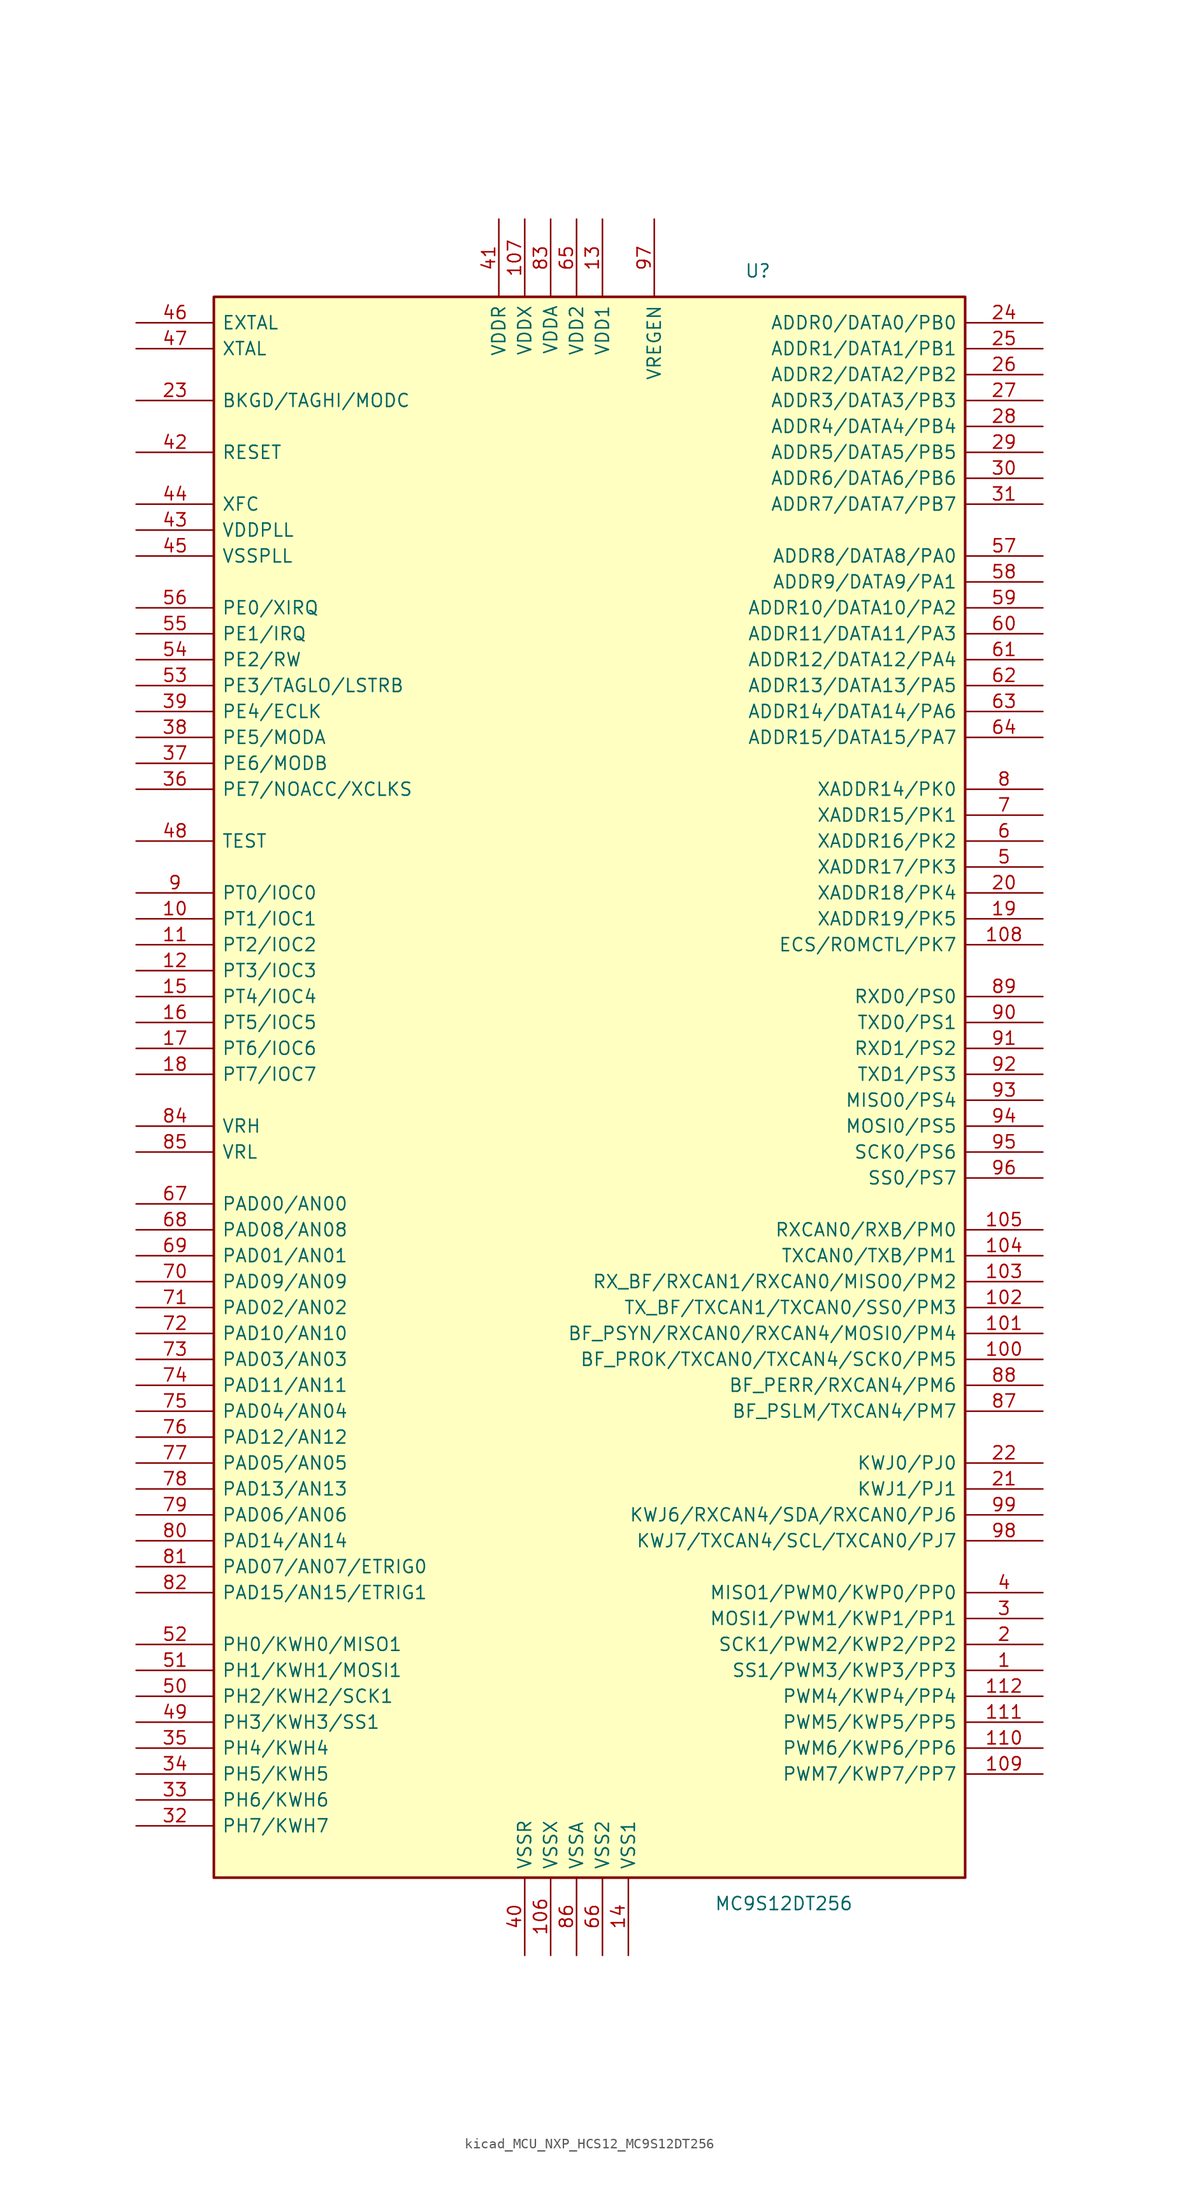
<source format=kicad_sym>
(kicad_symbol_lib
  (version 20220914)
  (generator kicad_symbol_editor)
  (symbol "kicad_MCU_NXP_HCS12_MC9S12DT256"
    (pin_names
      (offset 0.762))
    (property "Reference" "U"
      (at 17.78 86.36 0)
      (effects (font (size 1.27 1.27))))
    (property "Value" "MC9S12DT256"
      (at 20.32 -73.66 0)
      (effects (font (size 1.27 1.27))))
    (symbol "kicad_MCU_NXP_HCS12_MC9S12DT256_0_1"
      (rectangle (start -35.56 83.82) (end 38.1 -71.12) (stroke (width 0.254) (type default)) (fill (type background))))
    (symbol "kicad_MCU_NXP_HCS12_MC9S12DT256_1_1"
      (pin bidirectional line (at 45.72 -50.8 180) (length 7.62) (name "SS1/PWM3/KWP3/PP3" (effects (font (size 1.27 1.27)))) (number "1" (effects (font (size 1.27 1.27)))))
      (pin bidirectional line (at -43.18 22.86 0) (length 7.62) (name "PT1/IOC1" (effects (font (size 1.27 1.27)))) (number "10" (effects (font (size 1.27 1.27)))))
      (pin bidirectional line (at 45.72 -20.32 180) (length 7.62) (name "BF_PROK/TXCAN0/TXCAN4/SCK0/PM5" (effects (font (size 1.27 1.27)))) (number "100" (effects (font (size 1.27 1.27)))))
      (pin bidirectional line (at 45.72 -17.78 180) (length 7.62) (name "BF_PSYN/RXCAN0/RXCAN4/MOSI0/PM4" (effects (font (size 1.27 1.27)))) (number "101" (effects (font (size 1.27 1.27)))))
      (pin bidirectional line (at 45.72 -15.24 180) (length 7.62) (name "TX_BF/TXCAN1/TXCAN0/SS0/PM3" (effects (font (size 1.27 1.27)))) (number "102" (effects (font (size 1.27 1.27)))))
      (pin bidirectional line (at 45.72 -12.7 180) (length 7.62) (name "RX_BF/RXCAN1/RXCAN0/MISO0/PM2" (effects (font (size 1.27 1.27)))) (number "103" (effects (font (size 1.27 1.27)))))
      (pin bidirectional line (at 45.72 -10.16 180) (length 7.62) (name "TXCAN0/TXB/PM1" (effects (font (size 1.27 1.27)))) (number "104" (effects (font (size 1.27 1.27)))))
      (pin bidirectional line (at 45.72 -7.62 180) (length 7.62) (name "RXCAN0/RXB/PM0" (effects (font (size 1.27 1.27)))) (number "105" (effects (font (size 1.27 1.27)))))
      (pin power_in line (at -2.54 -78.74 90) (length 7.62) (name "VSSX" (effects (font (size 1.27 1.27)))) (number "106" (effects (font (size 1.27 1.27)))))
      (pin power_in line (at -5.08 91.44 270) (length 7.62) (name "VDDX" (effects (font (size 1.27 1.27)))) (number "107" (effects (font (size 1.27 1.27)))))
      (pin bidirectional line (at 45.72 20.32 180) (length 7.62) (name "ECS/ROMCTL/PK7" (effects (font (size 1.27 1.27)))) (number "108" (effects (font (size 1.27 1.27)))))
      (pin bidirectional line (at 45.72 -60.96 180) (length 7.62) (name "PWM7/KWP7/PP7" (effects (font (size 1.27 1.27)))) (number "109" (effects (font (size 1.27 1.27)))))
      (pin bidirectional line (at -43.18 20.32 0) (length 7.62) (name "PT2/IOC2" (effects (font (size 1.27 1.27)))) (number "11" (effects (font (size 1.27 1.27)))))
      (pin bidirectional line (at 45.72 -58.42 180) (length 7.62) (name "PWM6/KWP6/PP6" (effects (font (size 1.27 1.27)))) (number "110" (effects (font (size 1.27 1.27)))))
      (pin bidirectional line (at 45.72 -55.88 180) (length 7.62) (name "PWM5/KWP5/PP5" (effects (font (size 1.27 1.27)))) (number "111" (effects (font (size 1.27 1.27)))))
      (pin bidirectional line (at 45.72 -53.34 180) (length 7.62) (name "PWM4/KWP4/PP4" (effects (font (size 1.27 1.27)))) (number "112" (effects (font (size 1.27 1.27)))))
      (pin bidirectional line (at -43.18 17.78 0) (length 7.62) (name "PT3/IOC3" (effects (font (size 1.27 1.27)))) (number "12" (effects (font (size 1.27 1.27)))))
      (pin power_in line (at 2.54 91.44 270) (length 7.62) (name "VDD1" (effects (font (size 1.27 1.27)))) (number "13" (effects (font (size 1.27 1.27)))))
      (pin power_in line (at 5.08 -78.74 90) (length 7.62) (name "VSS1" (effects (font (size 1.27 1.27)))) (number "14" (effects (font (size 1.27 1.27)))))
      (pin bidirectional line (at -43.18 15.24 0) (length 7.62) (name "PT4/IOC4" (effects (font (size 1.27 1.27)))) (number "15" (effects (font (size 1.27 1.27)))))
      (pin bidirectional line (at -43.18 12.7 0) (length 7.62) (name "PT5/IOC5" (effects (font (size 1.27 1.27)))) (number "16" (effects (font (size 1.27 1.27)))))
      (pin bidirectional line (at -43.18 10.16 0) (length 7.62) (name "PT6/IOC6" (effects (font (size 1.27 1.27)))) (number "17" (effects (font (size 1.27 1.27)))))
      (pin bidirectional line (at -43.18 7.62 0) (length 7.62) (name "PT7/IOC7" (effects (font (size 1.27 1.27)))) (number "18" (effects (font (size 1.27 1.27)))))
      (pin bidirectional line (at 45.72 22.86 180) (length 7.62) (name "XADDR19/PK5" (effects (font (size 1.27 1.27)))) (number "19" (effects (font (size 1.27 1.27)))))
      (pin bidirectional line (at 45.72 -48.26 180) (length 7.62) (name "SCK1/PWM2/KWP2/PP2" (effects (font (size 1.27 1.27)))) (number "2" (effects (font (size 1.27 1.27)))))
      (pin bidirectional line (at 45.72 25.4 180) (length 7.62) (name "XADDR18/PK4" (effects (font (size 1.27 1.27)))) (number "20" (effects (font (size 1.27 1.27)))))
      (pin bidirectional line (at 45.72 -33.02 180) (length 7.62) (name "KWJ1/PJ1" (effects (font (size 1.27 1.27)))) (number "21" (effects (font (size 1.27 1.27)))))
      (pin bidirectional line (at 45.72 -30.48 180) (length 7.62) (name "KWJ0/PJ0" (effects (font (size 1.27 1.27)))) (number "22" (effects (font (size 1.27 1.27)))))
      (pin bidirectional line (at -43.18 73.66 0) (length 7.62) (name "BKGD/TAGHI/MODC" (effects (font (size 1.27 1.27)))) (number "23" (effects (font (size 1.27 1.27)))))
      (pin bidirectional line (at 45.72 81.28 180) (length 7.62) (name "ADDR0/DATA0/PB0" (effects (font (size 1.27 1.27)))) (number "24" (effects (font (size 1.27 1.27)))))
      (pin bidirectional line (at 45.72 78.74 180) (length 7.62) (name "ADDR1/DATA1/PB1" (effects (font (size 1.27 1.27)))) (number "25" (effects (font (size 1.27 1.27)))))
      (pin bidirectional line (at 45.72 76.2 180) (length 7.62) (name "ADDR2/DATA2/PB2" (effects (font (size 1.27 1.27)))) (number "26" (effects (font (size 1.27 1.27)))))
      (pin bidirectional line (at 45.72 73.66 180) (length 7.62) (name "ADDR3/DATA3/PB3" (effects (font (size 1.27 1.27)))) (number "27" (effects (font (size 1.27 1.27)))))
      (pin bidirectional line (at 45.72 71.12 180) (length 7.62) (name "ADDR4/DATA4/PB4" (effects (font (size 1.27 1.27)))) (number "28" (effects (font (size 1.27 1.27)))))
      (pin bidirectional line (at 45.72 68.58 180) (length 7.62) (name "ADDR5/DATA5/PB5" (effects (font (size 1.27 1.27)))) (number "29" (effects (font (size 1.27 1.27)))))
      (pin bidirectional line (at 45.72 -45.72 180) (length 7.62) (name "MOSI1/PWM1/KWP1/PP1" (effects (font (size 1.27 1.27)))) (number "3" (effects (font (size 1.27 1.27)))))
      (pin bidirectional line (at 45.72 66.04 180) (length 7.62) (name "ADDR6/DATA6/PB6" (effects (font (size 1.27 1.27)))) (number "30" (effects (font (size 1.27 1.27)))))
      (pin bidirectional line (at 45.72 63.5 180) (length 7.62) (name "ADDR7/DATA7/PB7" (effects (font (size 1.27 1.27)))) (number "31" (effects (font (size 1.27 1.27)))))
      (pin bidirectional line (at -43.18 -66.04 0) (length 7.62) (name "PH7/KWH7" (effects (font (size 1.27 1.27)))) (number "32" (effects (font (size 1.27 1.27)))))
      (pin bidirectional line (at -43.18 -63.5 0) (length 7.62) (name "PH6/KWH6" (effects (font (size 1.27 1.27)))) (number "33" (effects (font (size 1.27 1.27)))))
      (pin bidirectional line (at -43.18 -60.96 0) (length 7.62) (name "PH5/KWH5" (effects (font (size 1.27 1.27)))) (number "34" (effects (font (size 1.27 1.27)))))
      (pin bidirectional line (at -43.18 -58.42 0) (length 7.62) (name "PH4/KWH4" (effects (font (size 1.27 1.27)))) (number "35" (effects (font (size 1.27 1.27)))))
      (pin bidirectional line (at -43.18 35.56 0) (length 7.62) (name "PE7/NOACC/XCLKS" (effects (font (size 1.27 1.27)))) (number "36" (effects (font (size 1.27 1.27)))))
      (pin bidirectional line (at -43.18 38.1 0) (length 7.62) (name "PE6/MODB" (effects (font (size 1.27 1.27)))) (number "37" (effects (font (size 1.27 1.27)))))
      (pin bidirectional line (at -43.18 40.64 0) (length 7.62) (name "PE5/MODA" (effects (font (size 1.27 1.27)))) (number "38" (effects (font (size 1.27 1.27)))))
      (pin bidirectional line (at -43.18 43.18 0) (length 7.62) (name "PE4/ECLK" (effects (font (size 1.27 1.27)))) (number "39" (effects (font (size 1.27 1.27)))))
      (pin bidirectional line (at 45.72 -43.18 180) (length 7.62) (name "MISO1/PWM0/KWP0/PP0" (effects (font (size 1.27 1.27)))) (number "4" (effects (font (size 1.27 1.27)))))
      (pin power_in line (at -5.08 -78.74 90) (length 7.62) (name "VSSR" (effects (font (size 1.27 1.27)))) (number "40" (effects (font (size 1.27 1.27)))))
      (pin power_in line (at -7.62 91.44 270) (length 7.62) (name "VDDR" (effects (font (size 1.27 1.27)))) (number "41" (effects (font (size 1.27 1.27)))))
      (pin bidirectional line (at -43.18 68.58 0) (length 7.62) (name "RESET" (effects (font (size 1.27 1.27)))) (number "42" (effects (font (size 1.27 1.27)))))
      (pin power_in line (at -43.18 60.96 0) (length 7.62) (name "VDDPLL" (effects (font (size 1.27 1.27)))) (number "43" (effects (font (size 1.27 1.27)))))
      (pin bidirectional line (at -43.18 63.5 0) (length 7.62) (name "XFC" (effects (font (size 1.27 1.27)))) (number "44" (effects (font (size 1.27 1.27)))))
      (pin bidirectional line (at -43.18 58.42 0) (length 7.62) (name "VSSPLL" (effects (font (size 1.27 1.27)))) (number "45" (effects (font (size 1.27 1.27)))))
      (pin input line (at -43.18 81.28 0) (length 7.62) (name "EXTAL" (effects (font (size 1.27 1.27)))) (number "46" (effects (font (size 1.27 1.27)))))
      (pin output line (at -43.18 78.74 0) (length 7.62) (name "XTAL" (effects (font (size 1.27 1.27)))) (number "47" (effects (font (size 1.27 1.27)))))
      (pin input line (at -43.18 30.48 0) (length 7.62) (name "TEST" (effects (font (size 1.27 1.27)))) (number "48" (effects (font (size 1.27 1.27)))))
      (pin bidirectional line (at -43.18 -55.88 0) (length 7.62) (name "PH3/KWH3/SS1" (effects (font (size 1.27 1.27)))) (number "49" (effects (font (size 1.27 1.27)))))
      (pin bidirectional line (at 45.72 27.94 180) (length 7.62) (name "XADDR17/PK3" (effects (font (size 1.27 1.27)))) (number "5" (effects (font (size 1.27 1.27)))))
      (pin bidirectional line (at -43.18 -53.34 0) (length 7.62) (name "PH2/KWH2/SCK1" (effects (font (size 1.27 1.27)))) (number "50" (effects (font (size 1.27 1.27)))))
      (pin bidirectional line (at -43.18 -50.8 0) (length 7.62) (name "PH1/KWH1/MOSI1" (effects (font (size 1.27 1.27)))) (number "51" (effects (font (size 1.27 1.27)))))
      (pin bidirectional line (at -43.18 -48.26 0) (length 7.62) (name "PH0/KWH0/MISO1" (effects (font (size 1.27 1.27)))) (number "52" (effects (font (size 1.27 1.27)))))
      (pin bidirectional line (at -43.18 45.72 0) (length 7.62) (name "PE3/TAGLO/LSTRB" (effects (font (size 1.27 1.27)))) (number "53" (effects (font (size 1.27 1.27)))))
      (pin bidirectional line (at -43.18 48.26 0) (length 7.62) (name "PE2/RW" (effects (font (size 1.27 1.27)))) (number "54" (effects (font (size 1.27 1.27)))))
      (pin input line (at -43.18 50.8 0) (length 7.62) (name "PE1/IRQ" (effects (font (size 1.27 1.27)))) (number "55" (effects (font (size 1.27 1.27)))))
      (pin input line (at -43.18 53.34 0) (length 7.62) (name "PE0/XIRQ" (effects (font (size 1.27 1.27)))) (number "56" (effects (font (size 1.27 1.27)))))
      (pin bidirectional line (at 45.72 58.42 180) (length 7.62) (name "ADDR8/DATA8/PA0" (effects (font (size 1.27 1.27)))) (number "57" (effects (font (size 1.27 1.27)))))
      (pin bidirectional line (at 45.72 55.88 180) (length 7.62) (name "ADDR9/DATA9/PA1" (effects (font (size 1.27 1.27)))) (number "58" (effects (font (size 1.27 1.27)))))
      (pin bidirectional line (at 45.72 53.34 180) (length 7.62) (name "ADDR10/DATA10/PA2" (effects (font (size 1.27 1.27)))) (number "59" (effects (font (size 1.27 1.27)))))
      (pin bidirectional line (at 45.72 30.48 180) (length 7.62) (name "XADDR16/PK2" (effects (font (size 1.27 1.27)))) (number "6" (effects (font (size 1.27 1.27)))))
      (pin bidirectional line (at 45.72 50.8 180) (length 7.62) (name "ADDR11/DATA11/PA3" (effects (font (size 1.27 1.27)))) (number "60" (effects (font (size 1.27 1.27)))))
      (pin bidirectional line (at 45.72 48.26 180) (length 7.62) (name "ADDR12/DATA12/PA4" (effects (font (size 1.27 1.27)))) (number "61" (effects (font (size 1.27 1.27)))))
      (pin bidirectional line (at 45.72 45.72 180) (length 7.62) (name "ADDR13/DATA13/PA5" (effects (font (size 1.27 1.27)))) (number "62" (effects (font (size 1.27 1.27)))))
      (pin bidirectional line (at 45.72 43.18 180) (length 7.62) (name "ADDR14/DATA14/PA6" (effects (font (size 1.27 1.27)))) (number "63" (effects (font (size 1.27 1.27)))))
      (pin bidirectional line (at 45.72 40.64 180) (length 7.62) (name "ADDR15/DATA15/PA7" (effects (font (size 1.27 1.27)))) (number "64" (effects (font (size 1.27 1.27)))))
      (pin power_in line (at 0 91.44 270) (length 7.62) (name "VDD2" (effects (font (size 1.27 1.27)))) (number "65" (effects (font (size 1.27 1.27)))))
      (pin power_in line (at 2.54 -78.74 90) (length 7.62) (name "VSS2" (effects (font (size 1.27 1.27)))) (number "66" (effects (font (size 1.27 1.27)))))
      (pin input line (at -43.18 -5.08 0) (length 7.62) (name "PAD00/AN00" (effects (font (size 1.27 1.27)))) (number "67" (effects (font (size 1.27 1.27)))))
      (pin input line (at -43.18 -7.62 0) (length 7.62) (name "PAD08/AN08" (effects (font (size 1.27 1.27)))) (number "68" (effects (font (size 1.27 1.27)))))
      (pin input line (at -43.18 -10.16 0) (length 7.62) (name "PAD01/AN01" (effects (font (size 1.27 1.27)))) (number "69" (effects (font (size 1.27 1.27)))))
      (pin bidirectional line (at 45.72 33.02 180) (length 7.62) (name "XADDR15/PK1" (effects (font (size 1.27 1.27)))) (number "7" (effects (font (size 1.27 1.27)))))
      (pin input line (at -43.18 -12.7 0) (length 7.62) (name "PAD09/AN09" (effects (font (size 1.27 1.27)))) (number "70" (effects (font (size 1.27 1.27)))))
      (pin input line (at -43.18 -15.24 0) (length 7.62) (name "PAD02/AN02" (effects (font (size 1.27 1.27)))) (number "71" (effects (font (size 1.27 1.27)))))
      (pin input line (at -43.18 -17.78 0) (length 7.62) (name "PAD10/AN10" (effects (font (size 1.27 1.27)))) (number "72" (effects (font (size 1.27 1.27)))))
      (pin input line (at -43.18 -20.32 0) (length 7.62) (name "PAD03/AN03" (effects (font (size 1.27 1.27)))) (number "73" (effects (font (size 1.27 1.27)))))
      (pin input line (at -43.18 -22.86 0) (length 7.62) (name "PAD11/AN11" (effects (font (size 1.27 1.27)))) (number "74" (effects (font (size 1.27 1.27)))))
      (pin input line (at -43.18 -25.4 0) (length 7.62) (name "PAD04/AN04" (effects (font (size 1.27 1.27)))) (number "75" (effects (font (size 1.27 1.27)))))
      (pin input line (at -43.18 -27.94 0) (length 7.62) (name "PAD12/AN12" (effects (font (size 1.27 1.27)))) (number "76" (effects (font (size 1.27 1.27)))))
      (pin input line (at -43.18 -30.48 0) (length 7.62) (name "PAD05/AN05" (effects (font (size 1.27 1.27)))) (number "77" (effects (font (size 1.27 1.27)))))
      (pin input line (at -43.18 -33.02 0) (length 7.62) (name "PAD13/AN13" (effects (font (size 1.27 1.27)))) (number "78" (effects (font (size 1.27 1.27)))))
      (pin input line (at -43.18 -35.56 0) (length 7.62) (name "PAD06/AN06" (effects (font (size 1.27 1.27)))) (number "79" (effects (font (size 1.27 1.27)))))
      (pin bidirectional line (at 45.72 35.56 180) (length 7.62) (name "XADDR14/PK0" (effects (font (size 1.27 1.27)))) (number "8" (effects (font (size 1.27 1.27)))))
      (pin input line (at -43.18 -38.1 0) (length 7.62) (name "PAD14/AN14" (effects (font (size 1.27 1.27)))) (number "80" (effects (font (size 1.27 1.27)))))
      (pin input line (at -43.18 -40.64 0) (length 7.62) (name "PAD07/AN07/ETRIG0" (effects (font (size 1.27 1.27)))) (number "81" (effects (font (size 1.27 1.27)))))
      (pin input line (at -43.18 -43.18 0) (length 7.62) (name "PAD15/AN15/ETRIG1" (effects (font (size 1.27 1.27)))) (number "82" (effects (font (size 1.27 1.27)))))
      (pin power_in line (at -2.54 91.44 270) (length 7.62) (name "VDDA" (effects (font (size 1.27 1.27)))) (number "83" (effects (font (size 1.27 1.27)))))
      (pin passive line (at -43.18 2.54 0) (length 7.62) (name "VRH" (effects (font (size 1.27 1.27)))) (number "84" (effects (font (size 1.27 1.27)))))
      (pin passive line (at -43.18 0 0) (length 7.62) (name "VRL" (effects (font (size 1.27 1.27)))) (number "85" (effects (font (size 1.27 1.27)))))
      (pin power_in line (at 0 -78.74 90) (length 7.62) (name "VSSA" (effects (font (size 1.27 1.27)))) (number "86" (effects (font (size 1.27 1.27)))))
      (pin bidirectional line (at 45.72 -25.4 180) (length 7.62) (name "BF_PSLM/TXCAN4/PM7" (effects (font (size 1.27 1.27)))) (number "87" (effects (font (size 1.27 1.27)))))
      (pin bidirectional line (at 45.72 -22.86 180) (length 7.62) (name "BF_PERR/RXCAN4/PM6" (effects (font (size 1.27 1.27)))) (number "88" (effects (font (size 1.27 1.27)))))
      (pin bidirectional line (at 45.72 15.24 180) (length 7.62) (name "RXD0/PS0" (effects (font (size 1.27 1.27)))) (number "89" (effects (font (size 1.27 1.27)))))
      (pin bidirectional line (at -43.18 25.4 0) (length 7.62) (name "PT0/IOC0" (effects (font (size 1.27 1.27)))) (number "9" (effects (font (size 1.27 1.27)))))
      (pin bidirectional line (at 45.72 12.7 180) (length 7.62) (name "TXD0/PS1" (effects (font (size 1.27 1.27)))) (number "90" (effects (font (size 1.27 1.27)))))
      (pin bidirectional line (at 45.72 10.16 180) (length 7.62) (name "RXD1/PS2" (effects (font (size 1.27 1.27)))) (number "91" (effects (font (size 1.27 1.27)))))
      (pin bidirectional line (at 45.72 7.62 180) (length 7.62) (name "TXD1/PS3" (effects (font (size 1.27 1.27)))) (number "92" (effects (font (size 1.27 1.27)))))
      (pin bidirectional line (at 45.72 5.08 180) (length 7.62) (name "MISO0/PS4" (effects (font (size 1.27 1.27)))) (number "93" (effects (font (size 1.27 1.27)))))
      (pin bidirectional line (at 45.72 2.54 180) (length 7.62) (name "MOSI0/PS5" (effects (font (size 1.27 1.27)))) (number "94" (effects (font (size 1.27 1.27)))))
      (pin bidirectional line (at 45.72 0 180) (length 7.62) (name "SCK0/PS6" (effects (font (size 1.27 1.27)))) (number "95" (effects (font (size 1.27 1.27)))))
      (pin bidirectional line (at 45.72 -2.54 180) (length 7.62) (name "SS0/PS7" (effects (font (size 1.27 1.27)))) (number "96" (effects (font (size 1.27 1.27)))))
      (pin input line (at 7.62 91.44 270) (length 7.62) (name "VREGEN" (effects (font (size 1.27 1.27)))) (number "97" (effects (font (size 1.27 1.27)))))
      (pin bidirectional line (at 45.72 -38.1 180) (length 7.62) (name "KWJ7/TXCAN4/SCL/TXCAN0/PJ7" (effects (font (size 1.27 1.27)))) (number "98" (effects (font (size 1.27 1.27)))))
      (pin bidirectional line (at 45.72 -35.56 180) (length 7.62) (name "KWJ6/RXCAN4/SDA/RXCAN0/PJ6" (effects (font (size 1.27 1.27)))) (number "99" (effects (font (size 1.27 1.27))))))))
</source>
